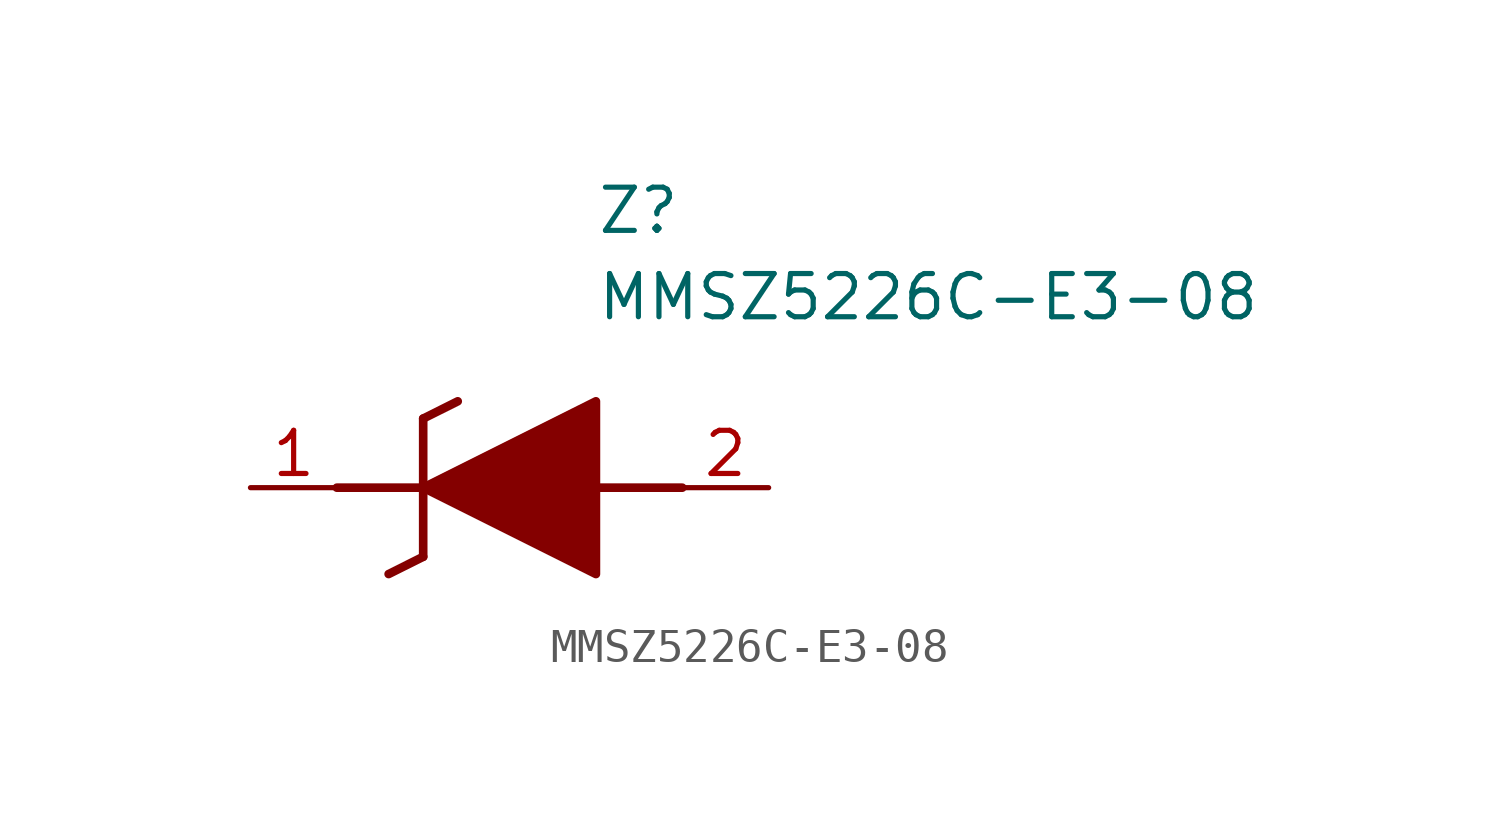
<source format=kicad_sym>
(kicad_symbol_lib
  (version 20211014)
  (generator SamacSys_ECAD_Model)
  (symbol "MMSZ5226C-E3-08"
    (pin_names hide)
    (property "Reference" "Z"
      (at 10.16 8.89 0)
      (effects (font (size 1.27 1.27)) (justify left top)))
    (property "Value" "MMSZ5226C-E3-08"
      (at 10.16 6.35 0)
      (effects (font (size 1.27 1.27)) (justify left top)))
    (polyline
      (pts (xy 5.08 2.032) (xy 5.08 -2.032))
      (stroke (width 0.254) (type default))
      (fill (type none)))
    (polyline
      (pts (xy 5.08 2.032) (xy 6.096 2.54))
      (stroke (width 0.254) (type default))
      (fill (type none)))
    (polyline
      (pts (xy 4.064 -2.54) (xy 5.08 -2.032))
      (stroke (width 0.254) (type default))
      (fill (type none)))
    (polyline
      (pts (xy 2.54 0) (xy 5.08 0))
      (stroke (width 0.254) (type default))
      (fill (type none)))
    (polyline
      (pts (xy 12.7 0) (xy 10.16 0))
      (stroke (width 0.254) (type default))
      (fill (type none)))
    (polyline
      (pts (xy 5.08 0) (xy 10.16 2.54) (xy 10.16 -2.54) (xy 5.08 0))
      (stroke (width 0.254) (type default))
      (fill (type outline)))
    (pin passive line
      (at 0 0 0)
      (length 2.54)
      (name "K" (effects (font (size 1.27 1.27))))
      (number "1" (effects (font (size 1.27 1.27)))))
    (pin passive line
      (at 15.24 0 180)
      (length 2.54)
      (name "A" (effects (font (size 1.27 1.27))))
      (number "2" (effects (font (size 1.27 1.27)))))))
</source>
